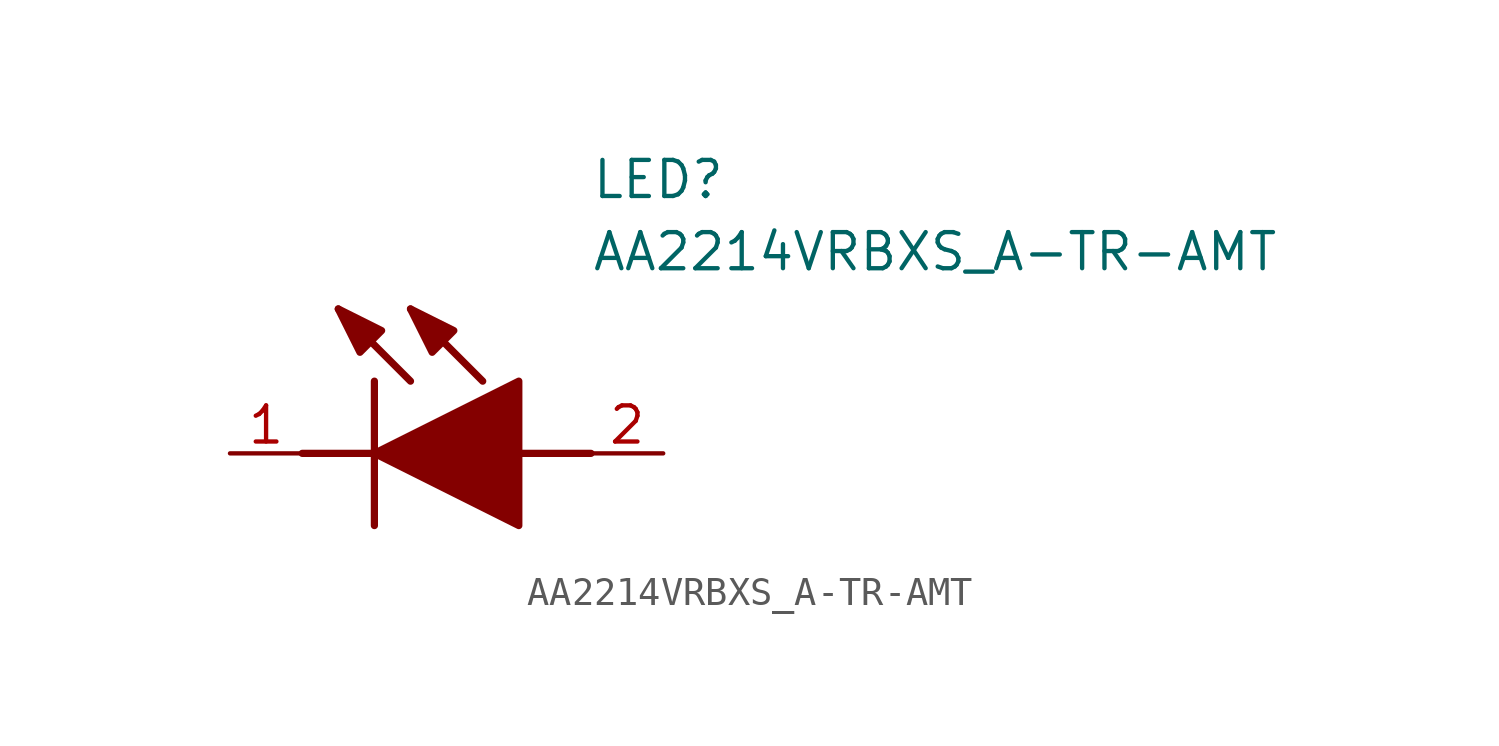
<source format=kicad_sym>
(kicad_symbol_lib
  (version 20211014)
  (generator SamacSys_ECAD_Model)
  (symbol "AA2214VRBXS_A-TR-AMT"
    (pin_names hide)
    (property "Reference" "LED"
      (at 12.7 8.89 0)
      (effects (font (size 1.27 1.27)) (justify left bottom)))
    (property "Value" "AA2214VRBXS_A-TR-AMT"
      (at 12.7 6.35 0)
      (effects (font (size 1.27 1.27)) (justify left bottom)))
    (polyline
      (pts (xy 5.08 2.54) (xy 5.08 -2.54))
      (stroke (width 0.254) (type default))
      (fill (type none)))
    (polyline
      (pts (xy 6.35 2.54) (xy 3.81 5.08))
      (stroke (width 0.254) (type default))
      (fill (type none)))
    (polyline
      (pts (xy 8.89 2.54) (xy 6.35 5.08))
      (stroke (width 0.254) (type default))
      (fill (type none)))
    (polyline
      (pts (xy 2.54 0) (xy 5.08 0))
      (stroke (width 0.254) (type default))
      (fill (type none)))
    (polyline
      (pts (xy 10.16 0) (xy 12.7 0))
      (stroke (width 0.254) (type default))
      (fill (type none)))
    (polyline
      (pts (xy 5.08 0) (xy 10.16 2.54) (xy 10.16 -2.54) (xy 5.08 0))
      (stroke (width 0.254) (type default))
      (fill (type outline)))
    (polyline
      (pts (xy 5.334 4.318) (xy 4.572 3.556) (xy 3.81 5.08) (xy 5.334 4.318))
      (stroke (width 0.254) (type default))
      (fill (type outline)))
    (polyline
      (pts (xy 7.874 4.318) (xy 7.112 3.556) (xy 6.35 5.08) (xy 7.874 4.318))
      (stroke (width 0.254) (type default))
      (fill (type outline)))
    (pin passive line
      (at 0 0 0)
      (length 2.54)
      (name "K" (effects (font (size 1.27 1.27))))
      (number "1" (effects (font (size 1.27 1.27)))))
    (pin passive line
      (at 15.24 0 180)
      (length 2.54)
      (name "A" (effects (font (size 1.27 1.27))))
      (number "2" (effects (font (size 1.27 1.27)))))))
</source>
